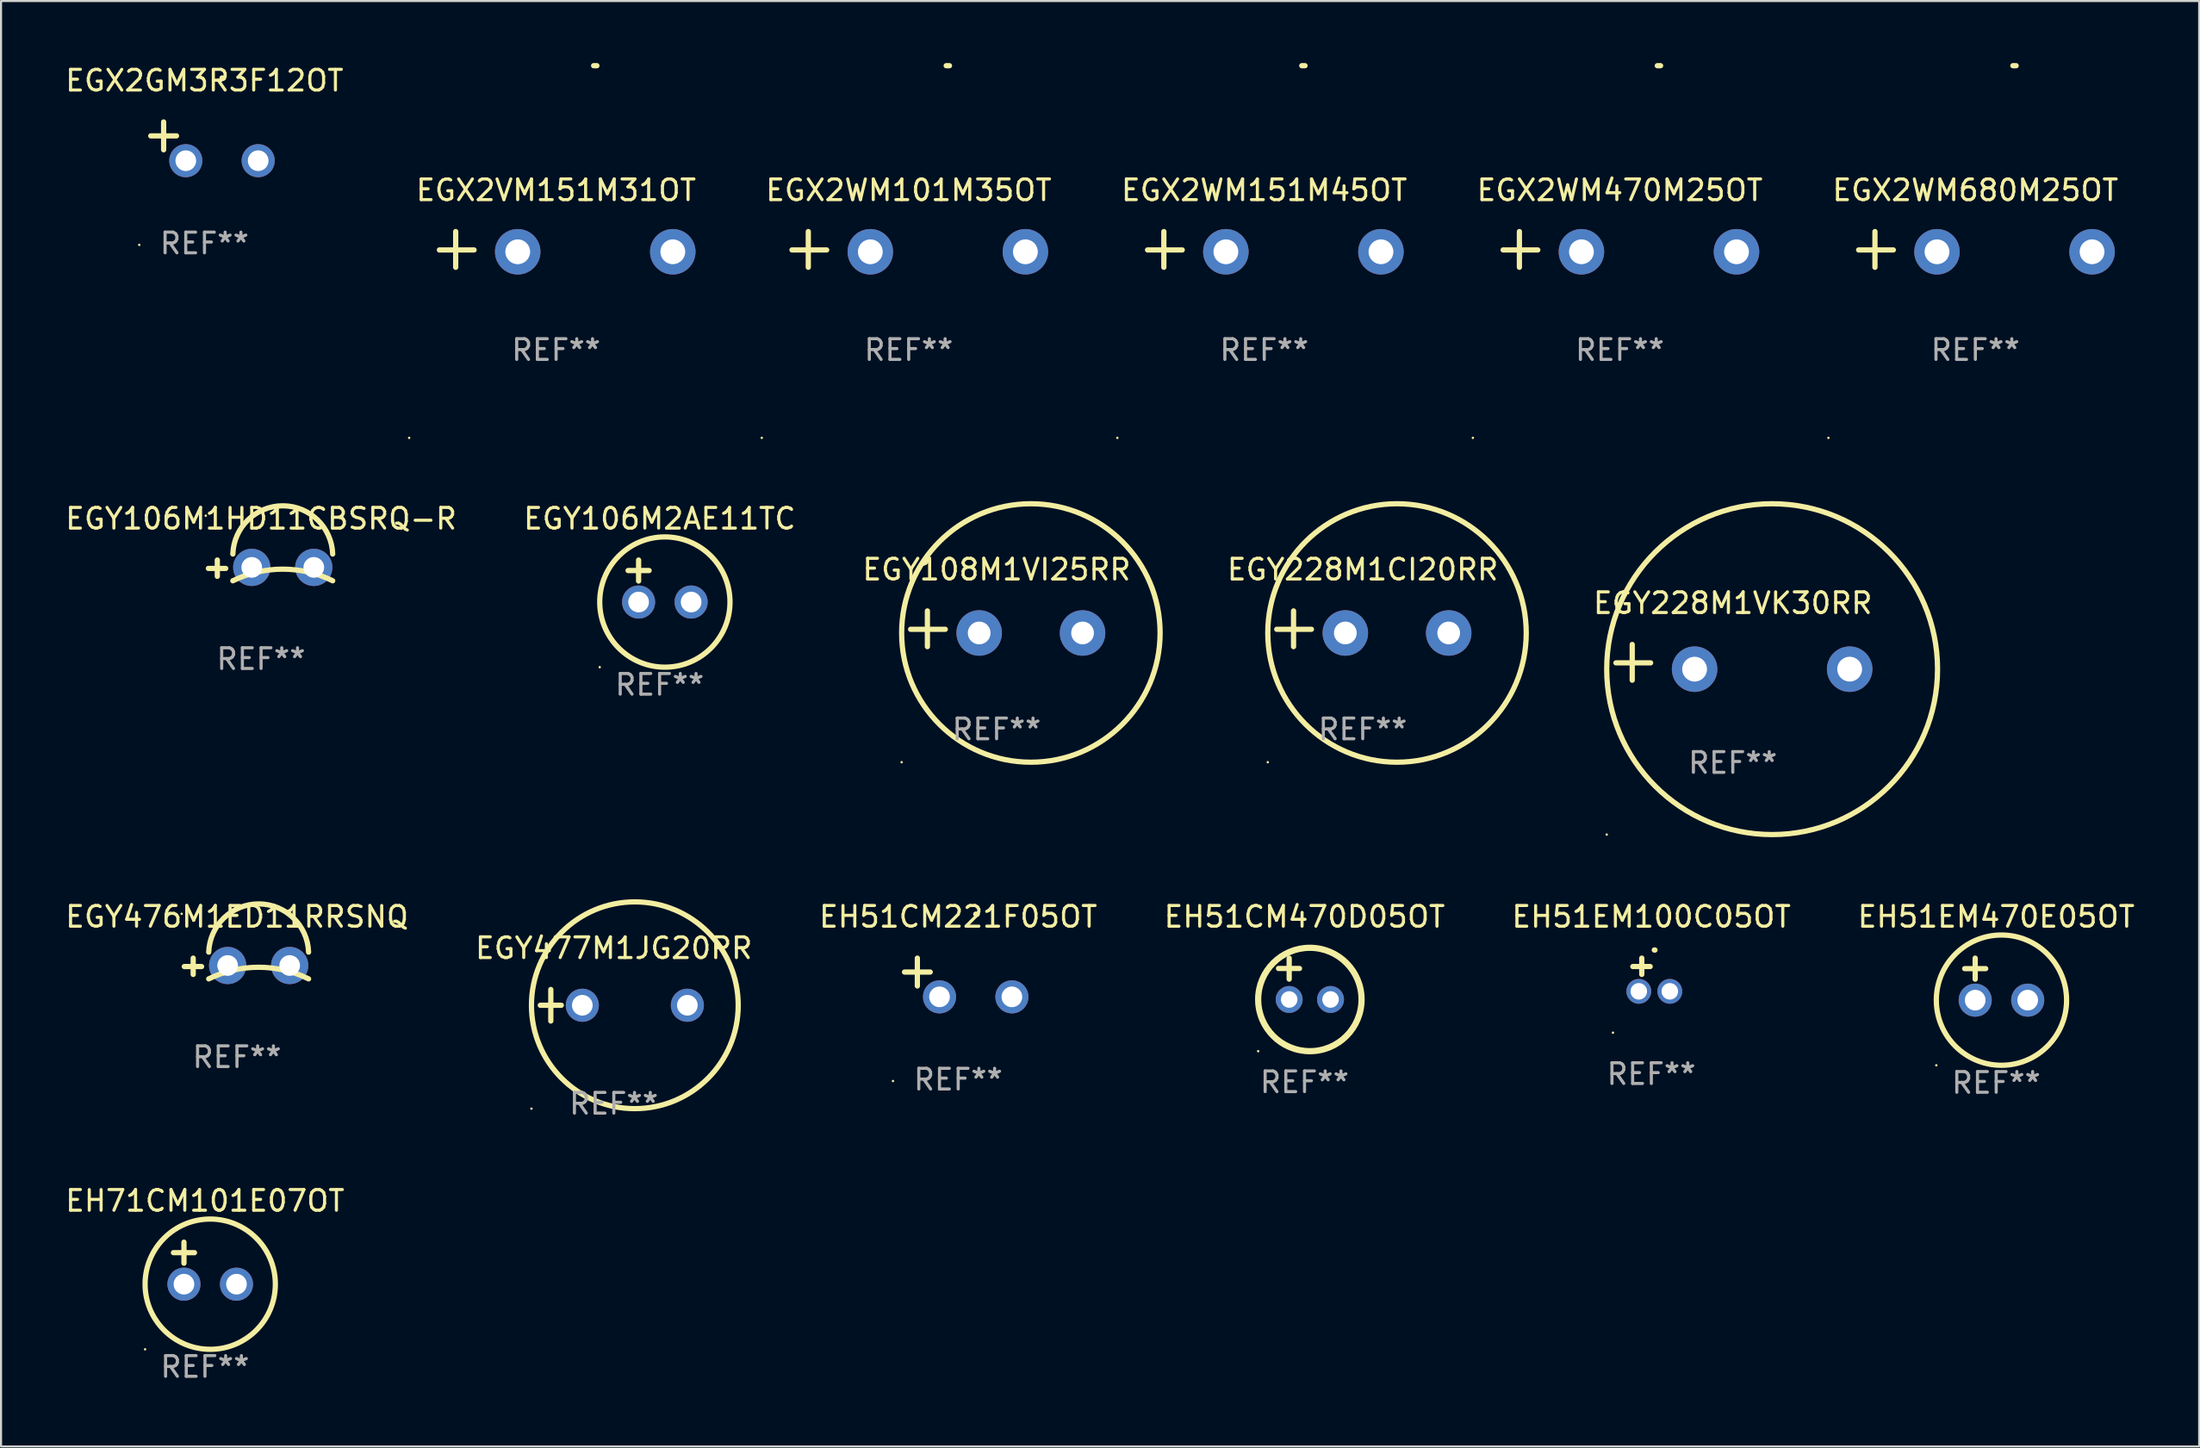
<source format=kicad_pcb>
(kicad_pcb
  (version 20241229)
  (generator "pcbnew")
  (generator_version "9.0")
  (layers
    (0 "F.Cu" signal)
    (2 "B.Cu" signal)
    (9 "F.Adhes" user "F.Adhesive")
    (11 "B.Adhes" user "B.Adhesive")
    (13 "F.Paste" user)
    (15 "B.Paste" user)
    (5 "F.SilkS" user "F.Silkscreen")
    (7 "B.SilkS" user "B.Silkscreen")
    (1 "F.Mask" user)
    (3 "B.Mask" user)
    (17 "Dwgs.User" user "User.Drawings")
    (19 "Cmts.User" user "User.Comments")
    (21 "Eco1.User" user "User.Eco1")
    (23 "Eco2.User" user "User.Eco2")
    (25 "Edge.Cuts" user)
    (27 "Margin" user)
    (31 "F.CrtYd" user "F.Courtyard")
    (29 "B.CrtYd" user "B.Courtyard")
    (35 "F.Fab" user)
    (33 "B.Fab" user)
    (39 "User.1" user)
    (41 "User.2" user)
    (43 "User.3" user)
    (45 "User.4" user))
  (footprint "EH51EM470E05OT"
    (layer "F.Cu")
    (at 93.494 44.305)
    (property "Reference" "EH51EM470E05OT" (at 0 -3.016 0) (layer "F.SilkS") (effects (font (size 1 1) (thickness 0.15))))
    (attr through_hole)
    (fp_line (start -1.524 -0.508) (end -0.508 -0.508) (stroke (width 0.254) (type solid)) (layer "F.SilkS"))
    (fp_line (start -1.016 -1.016) (end -1.016 0) (stroke (width 0.254) (type solid)) (layer "F.SilkS"))
    (fp_circle (center -2.896 4.166) (end -2.866 4.166) (stroke (width 0.06) (type solid)) (fill no) (layer "F.SilkS"))
    (fp_circle (center 0.254 1.016) (end 3.404 1.016) (stroke (width 0.254) (type solid)) (fill no) (layer "F.SilkS"))
    (fp_text user "REF**" (at 0 5.016 0) (layer "F.Fab") (effects (font (size 1 1) (thickness 0.15))))
    (pad "1" thru_hole circle (at -1.016 1.016) (size 1.6 1.6) (drill 1) (layers "*.Cu" "*.Mask"))
    (pad "2" thru_hole circle (at 1.524 1.016) (size 1.6 1.6) (drill 1) (layers "*.Cu" "*.Mask")))
  (footprint "EGX2GM3R3F12OT"
    (layer "F.Cu")
    (at 6.839 3.785)
    (property "Reference" "EGX2GM3R3F12OT" (at 0 -2.937 0) (layer "F.SilkS") (effects (font (size 1 1) (thickness 0.15))))
    (attr through_hole)
    (fp_line (start -1.975 0.41) (end -1.975 -0.937) (stroke (width 0.254) (type solid)) (layer "F.SilkS"))
    (fp_line (start -1.353 -0.263) (end -2.597 -0.263) (stroke (width 0.254) (type solid)) (layer "F.SilkS"))
    (fp_arc (start 0.849809 -3.063957) (mid 0.885369 -3.064114) (end 0.920929 -3.063957) (stroke (width 0.254001) (type solid)) (layer "F.SilkS"))
    (fp_circle (center -3.154 5.008) (end -3.124 5.008) (stroke (width 0.06) (type solid)) (fill no) (layer "F.SilkS"))
    (fp_text user "REF**" (at 0 4.937 0) (layer "F.Fab") (effects (font (size 1 1) (thickness 0.15))))
    (pad "1" thru_hole circle (at -0.903 0.937) (size 1.6 1.6) (drill 1) (layers "*.Cu" "*.Mask"))
    (pad "2" thru_hole circle (at 2.597 0.937) (size 1.6 1.6) (drill 1) (layers "*.Cu" "*.Mask")))
  (footprint "EGY476M1ED11RRSNQ"
    (layer "F.Cu")
    (at 8.411 43.683)
    (property "Reference" "EGY476M1ED11RRSNQ" (at 0 -2.394 0) (layer "F.SilkS") (effects (font (size 1 1) (thickness 0.15))))
    (attr through_hole)
    (fp_line (start -2.117 0.394) (end -2.117 -0.394) (stroke (width 0.254) (type solid)) (layer "F.SilkS"))
    (fp_line (start -1.711 0.013) (end -2.549 0.013) (stroke (width 0.254) (type solid)) (layer "F.SilkS"))
    (fp_arc (start -1.366193 0.608941) (mid 1.048615 0.047743) (end 3.463424 0.60894) (stroke (width 0.254001) (type solid)) (layer "F.SilkS"))
    (fp_arc (start -1.366192 -0.685141) (mid 1.048616 -3.016259) (end 3.463424 -0.685141) (stroke (width 0.254001) (type solid)) (layer "F.SilkS"))
    (fp_circle (center -2.676 -2.538) (end -2.646 -2.538) (stroke (width 0.06) (type solid)) (fill no) (layer "F.SilkS"))
    (fp_text user "REF**" (at 0 4.394 0) (layer "F.Fab") (effects (font (size 1 1) (thickness 0.15))))
    (pad "1" thru_hole circle (at -0.451 -0.038) (size 1.8 1.8) (drill 1) (layers "*.Cu" "*.Mask"))
    (pad "2" thru_hole circle (at 2.549 -0.038) (size 1.8 1.8) (drill 1) (layers "*.Cu" "*.Mask")))
  (footprint "EGY228M1VK30RR"
    (layer "F.Cu")
    (at 80.755 28.983)
    (property "Reference" "EGY228M1VK30RR" (at 0 -2.864 0) (layer "F.SilkS") (effects (font (size 1 1) (thickness 0.15))))
    (attr through_hole)
    (fp_line (start -4.864 0.864) (end -4.864 -0.864) (stroke (width 0.254) (type solid)) (layer "F.SilkS"))
    (fp_line (start -3.975 0.025) (end -5.652 0.025) (stroke (width 0.254) (type solid)) (layer "F.SilkS"))
    (fp_circle (center -6.098 8.33) (end -6.068 8.33) (stroke (width 0.06) (type solid)) (fill no) (layer "F.SilkS"))
    (fp_circle (center 1.902 0.33) (end 9.902 0.33) (stroke (width 0.254) (type solid)) (fill no) (layer "F.SilkS"))
    (fp_text user "REF**" (at 0 4.864 0) (layer "F.Fab") (effects (font (size 1 1) (thickness 0.15))))
    (pad "1" thru_hole circle (at -1.848 0.33) (size 2.2 2.2) (drill 1.2) (layers "*.Cu" "*.Mask"))
    (pad "2" thru_hole circle (at 5.652 0.33) (size 2.2 2.2) (drill 1.2) (layers "*.Cu" "*.Mask")))
  (footprint "EGY477M1JG20RR"
    (layer "F.Cu")
    (at 26.637 45.568)
    (property "Reference" "EGY477M1JG20RR" (at 0 -2.762 0) (layer "F.SilkS") (effects (font (size 1 1) (thickness 0.15))))
    (attr through_hole)
    (fp_line (start -3.556 0) (end -2.54 0) (stroke (width 0.254) (type solid)) (layer "F.SilkS"))
    (fp_line (start -3.048 -0.762) (end -3.048 0.762) (stroke (width 0.254) (type solid)) (layer "F.SilkS"))
    (fp_circle (center -3.984 5) (end -3.954 5) (stroke (width 0.06) (type solid)) (fill no) (layer "F.SilkS"))
    (fp_circle (center 1.016 0) (end 6.016 0) (stroke (width 0.254) (type solid)) (fill no) (layer "F.SilkS"))
    (fp_text user "REF**" (at 0 4.762 0) (layer "F.Fab") (effects (font (size 1 1) (thickness 0.15))))
    (pad "1" thru_hole circle (at -1.524 0) (size 1.6 1.6) (drill 1) (layers "*.Cu" "*.Mask"))
    (pad "2" thru_hole circle (at 3.556 0) (size 1.6 1.6) (drill 1) (layers "*.Cu" "*.Mask")))
  (footprint "EH71CM101E07OT"
    (layer "F.Cu")
    (at 6.863 58.042)
    (property "Reference" "EH71CM101E07OT" (at 0 -3.016 0) (layer "F.SilkS") (effects (font (size 1 1) (thickness 0.15))))
    (attr through_hole)
    (fp_line (start -1.524 -0.508) (end -0.508 -0.508) (stroke (width 0.254) (type solid)) (layer "F.SilkS"))
    (fp_line (start -1.016 -1.016) (end -1.016 0) (stroke (width 0.254) (type solid)) (layer "F.SilkS"))
    (fp_circle (center -2.896 4.166) (end -2.866 4.166) (stroke (width 0.06) (type solid)) (fill no) (layer "F.SilkS"))
    (fp_circle (center 0.254 1.016) (end 3.404 1.016) (stroke (width 0.254) (type solid)) (fill no) (layer "F.SilkS"))
    (fp_text user "REF**" (at 0 5.016 0) (layer "F.Fab") (effects (font (size 1 1) (thickness 0.15))))
    (pad "1" thru_hole circle (at -1.016 1.016) (size 1.6 1.6) (drill 1) (layers "*.Cu" "*.Mask"))
    (pad "2" thru_hole circle (at 1.524 1.016) (size 1.6 1.6) (drill 1) (layers "*.Cu" "*.Mask")))
  (footprint "EH51CM470D05OT"
    (layer "F.Cu")
    (at 60.042 44.289)
    (property "Reference" "EH51CM470D05OT" (at 0 -3 0) (layer "F.SilkS") (effects (font (size 1 1) (thickness 0.15))))
    (attr through_hole)
    (fp_line (start -1.258 -0.5) (end -0.242 -0.5) (stroke (width 0.254) (type solid)) (layer "F.SilkS"))
    (fp_line (start -0.742 -1) (end -0.742 0.016) (stroke (width 0.254) (type solid)) (layer "F.SilkS"))
    (fp_circle (center -2.242 3.5) (end -2.212 3.5) (stroke (width 0.06) (type solid)) (fill no) (layer "F.SilkS"))
    (fp_circle (center 0.258 1) (end 2.758 1) (stroke (width 0.3) (type solid)) (fill no) (layer "F.SilkS"))
    (fp_text user "REF**" (at 0 5 0) (layer "F.Fab") (effects (font (size 1 1) (thickness 0.15))))
    (pad "1" thru_hole circle (at -0.742 1) (size 1.3 1.3) (drill 0.8) (layers "*.Cu" "*.Mask"))
    (pad "2" thru_hole circle (at 1.258 1) (size 1.3 1.3) (drill 0.8) (layers "*.Cu" "*.Mask")))
  (footprint "EGY106M1HD11CBSRQ-R"
    (layer "F.Cu")
    (at 9.577 24.429)
    (property "Reference" "EGY106M1HD11CBSRQ-R" (at 0 -2.394 0) (layer "F.SilkS") (effects (font (size 1 1) (thickness 0.15))))
    (attr through_hole)
    (fp_line (start -2.117 0.394) (end -2.117 -0.394) (stroke (width 0.254) (type solid)) (layer "F.SilkS"))
    (fp_line (start -1.711 0.013) (end -2.549 0.013) (stroke (width 0.254) (type solid)) (layer "F.SilkS"))
    (fp_arc (start -1.366193 0.608941) (mid 1.048615 0.047743) (end 3.463424 0.60894) (stroke (width 0.254001) (type solid)) (layer "F.SilkS"))
    (fp_arc (start -1.366192 -0.685141) (mid 1.048616 -3.016259) (end 3.463424 -0.685141) (stroke (width 0.254001) (type solid)) (layer "F.SilkS"))
    (fp_circle (center -2.676 -2.538) (end -2.646 -2.538) (stroke (width 0.06) (type solid)) (fill no) (layer "F.SilkS"))
    (fp_text user "REF**" (at 0 4.394 0) (layer "F.Fab") (effects (font (size 1 1) (thickness 0.15))))
    (pad "1" thru_hole circle (at -0.451 -0.038) (size 1.8 1.8) (drill 1) (layers "*.Cu" "*.Mask"))
    (pad "2" thru_hole circle (at 2.549 -0.038) (size 1.8 1.8) (drill 1) (layers "*.Cu" "*.Mask")))
  (footprint "EGY228M1CI20RR"
    (layer "F.Cu")
    (at 62.857 27.36)
    (property "Reference" "EGY228M1CI20RR" (at 0 -2.864 0) (layer "F.SilkS") (effects (font (size 1 1) (thickness 0.15))))
    (attr through_hole)
    (fp_line (start -3.346 0.864) (end -3.346 -0.864) (stroke (width 0.254) (type solid)) (layer "F.SilkS"))
    (fp_line (start -2.482 0.025) (end -4.158 0.025) (stroke (width 0.254) (type solid)) (layer "F.SilkS"))
    (fp_circle (center -4.592 6.453) (end -4.562 6.453) (stroke (width 0.06) (type solid)) (fill no) (layer "F.SilkS"))
    (fp_circle (center 1.658 0.203) (end 7.908 0.203) (stroke (width 0.254) (type solid)) (fill no) (layer "F.SilkS"))
    (fp_text user "REF**" (at 0 4.864 0) (layer "F.Fab") (effects (font (size 1 1) (thickness 0.15))))
    (pad "1" thru_hole circle (at -0.842 0.203) (size 2.2 2.2) (drill 1.1) (layers "*.Cu" "*.Mask"))
    (pad "2" thru_hole circle (at 4.158 0.203) (size 2.2 2.2) (drill 1.1) (layers "*.Cu" "*.Mask")))
  (footprint "EGX2WM470M25OT"
    (layer "F.Cu")
    (at 75.29 9.013)
    (property "Reference" "EGX2WM470M25OT" (at 0 -2.864 0) (layer "F.SilkS") (effects (font (size 1 1) (thickness 0.15))))
    (attr through_hole)
    (fp_line (start -4.856 0.864) (end -4.856 -0.864) (stroke (width 0.254) (type solid)) (layer "F.SilkS"))
    (fp_line (start -3.967 0.025) (end -5.644 0.025) (stroke (width 0.254) (type solid)) (layer "F.SilkS"))
    (fp_arc (start 1.815024 -8.885649) (mid 1.893764 -8.88599) (end 1.972504 -8.885649) (stroke (width 0.254001) (type solid)) (layer "F.SilkS"))
    (fp_circle (center -7.106 9.114) (end -7.076 9.114) (stroke (width 0.06) (type solid)) (fill no) (layer "F.SilkS"))
    (fp_text user "REF**" (at 0 4.864 0) (layer "F.Fab") (effects (font (size 1 1) (thickness 0.15))))
    (pad "1" thru_hole circle (at -1.856 0.114) (size 2.2 2.2) (drill 1.2) (layers "*.Cu" "*.Mask"))
    (pad "2" thru_hole circle (at 5.644 0.114) (size 2.2 2.2) (drill 1.2) (layers "*.Cu" "*.Mask")))
  (footprint "EGX2VM151M31OT"
    (layer "F.Cu")
    (at 23.845 9.013)
    (property "Reference" "EGX2VM151M31OT" (at 0 -2.864 0) (layer "F.SilkS") (effects (font (size 1 1) (thickness 0.15))))
    (attr through_hole)
    (fp_line (start -4.856 0.864) (end -4.856 -0.864) (stroke (width 0.254) (type solid)) (layer "F.SilkS"))
    (fp_line (start -3.967 0.025) (end -5.644 0.025) (stroke (width 0.254) (type solid)) (layer "F.SilkS"))
    (fp_arc (start 1.815024 -8.885649) (mid 1.893764 -8.88599) (end 1.972504 -8.885649) (stroke (width 0.254001) (type solid)) (layer "F.SilkS"))
    (fp_circle (center -7.106 9.114) (end -7.076 9.114) (stroke (width 0.06) (type solid)) (fill no) (layer "F.SilkS"))
    (fp_text user "REF**" (at 0 4.864 0) (layer "F.Fab") (effects (font (size 1 1) (thickness 0.15))))
    (pad "1" thru_hole circle (at -1.856 0.114) (size 2.2 2.2) (drill 1.2) (layers "*.Cu" "*.Mask"))
    (pad "2" thru_hole circle (at 5.644 0.114) (size 2.2 2.2) (drill 1.2) (layers "*.Cu" "*.Mask")))
  (footprint "EGX2WM101M35OT"
    (layer "F.Cu")
    (at 40.898 9.013)
    (property "Reference" "EGX2WM101M35OT" (at 0 -2.864 0) (layer "F.SilkS") (effects (font (size 1 1) (thickness 0.15))))
    (attr through_hole)
    (fp_line (start -4.856 0.864) (end -4.856 -0.864) (stroke (width 0.254) (type solid)) (layer "F.SilkS"))
    (fp_line (start -3.967 0.025) (end -5.644 0.025) (stroke (width 0.254) (type solid)) (layer "F.SilkS"))
    (fp_arc (start 1.815024 -8.885649) (mid 1.893764 -8.88599) (end 1.972504 -8.885649) (stroke (width 0.254001) (type solid)) (layer "F.SilkS"))
    (fp_circle (center -7.106 9.114) (end -7.076 9.114) (stroke (width 0.06) (type solid)) (fill no) (layer "F.SilkS"))
    (fp_text user "REF**" (at 0 4.864 0) (layer "F.Fab") (effects (font (size 1 1) (thickness 0.15))))
    (pad "1" thru_hole circle (at -1.856 0.114) (size 2.2 2.2) (drill 1.2) (layers "*.Cu" "*.Mask"))
    (pad "2" thru_hole circle (at 5.644 0.114) (size 2.2 2.2) (drill 1.2) (layers "*.Cu" "*.Mask")))
  (footprint "EGX2WM680M25OT"
    (layer "F.Cu")
    (at 92.486 9.013)
    (property "Reference" "EGX2WM680M25OT" (at 0 -2.864 0) (layer "F.SilkS") (effects (font (size 1 1) (thickness 0.15))))
    (attr through_hole)
    (fp_line (start -4.856 0.864) (end -4.856 -0.864) (stroke (width 0.254) (type solid)) (layer "F.SilkS"))
    (fp_line (start -3.967 0.025) (end -5.644 0.025) (stroke (width 0.254) (type solid)) (layer "F.SilkS"))
    (fp_arc (start 1.815024 -8.885649) (mid 1.893764 -8.88599) (end 1.972504 -8.885649) (stroke (width 0.254001) (type solid)) (layer "F.SilkS"))
    (fp_circle (center -7.106 9.114) (end -7.076 9.114) (stroke (width 0.06) (type solid)) (fill no) (layer "F.SilkS"))
    (fp_text user "REF**" (at 0 4.864 0) (layer "F.Fab") (effects (font (size 1 1) (thickness 0.15))))
    (pad "1" thru_hole circle (at -1.856 0.114) (size 2.2 2.2) (drill 1.2) (layers "*.Cu" "*.Mask"))
    (pad "2" thru_hole circle (at 5.644 0.114) (size 2.2 2.2) (drill 1.2) (layers "*.Cu" "*.Mask")))
  (footprint "EGY106M2AE11TC"
    (layer "F.Cu")
    (at 28.851 25.051)
    (property "Reference" "EGY106M2AE11TC" (at 0 -3.016 0) (layer "F.SilkS") (effects (font (size 1 1) (thickness 0.15))))
    (attr through_hole)
    (fp_line (start -1.524 -0.508) (end -0.508 -0.508) (stroke (width 0.254) (type solid)) (layer "F.SilkS"))
    (fp_line (start -1.016 -1.016) (end -1.016 0) (stroke (width 0.254) (type solid)) (layer "F.SilkS"))
    (fp_circle (center -2.896 4.166) (end -2.866 4.166) (stroke (width 0.06) (type solid)) (fill no) (layer "F.SilkS"))
    (fp_circle (center 0.254 1.016) (end 3.404 1.016) (stroke (width 0.254) (type solid)) (fill no) (layer "F.SilkS"))
    (fp_text user "REF**" (at 0 5.016 0) (layer "F.Fab") (effects (font (size 1 1) (thickness 0.15))))
    (pad "1" thru_hole circle (at -1.016 1.016) (size 1.6 1.6) (drill 1) (layers "*.Cu" "*.Mask"))
    (pad "2" thru_hole circle (at 1.524 1.016) (size 1.6 1.6) (drill 1) (layers "*.Cu" "*.Mask")))
  (footprint "EH51EM100C05OT"
    (layer "F.Cu")
    (at 76.815 44.092)
    (property "Reference" "EH51EM100C05OT" (at 0 -2.803 0) (layer "F.SilkS") (effects (font (size 1 1) (thickness 0.15))))
    (attr through_hole)
    (fp_line (start -0.462 -0.016) (end -0.462 -0.803) (stroke (width 0.254) (type solid)) (layer "F.SilkS"))
    (fp_line (start -0.056 -0.397) (end -0.894 -0.397) (stroke (width 0.254) (type solid)) (layer "F.SilkS"))
    (fp_arc (start 0.142799 -1.195784) (mid 0.159309 -1.195852) (end 0.175819 -1.195784) (stroke (width 0.254001) (type solid)) (layer "F.SilkS"))
    (fp_circle (center -1.856 2.803) (end -1.826 2.803) (stroke (width 0.06) (type solid)) (fill no) (layer "F.SilkS"))
    (fp_text user "REF**" (at 0 4.803 0) (layer "F.Fab") (effects (font (size 1 1) (thickness 0.15))))
    (pad "1" thru_hole circle (at -0.606 0.803) (size 1.2 1.2) (drill 0.8) (layers "*.Cu" "*.Mask"))
    (pad "2" thru_hole circle (at 0.894 0.803) (size 1.2 1.2) (drill 0.8) (layers "*.Cu" "*.Mask")))
  (footprint "EGY108M1VI25RR"
    (layer "F.Cu")
    (at 45.149 27.36)
    (property "Reference" "EGY108M1VI25RR" (at 0 -2.864 0) (layer "F.SilkS") (effects (font (size 1 1) (thickness 0.15))))
    (attr through_hole)
    (fp_line (start -3.346 0.864) (end -3.346 -0.864) (stroke (width 0.254) (type solid)) (layer "F.SilkS"))
    (fp_line (start -2.482 0.025) (end -4.158 0.025) (stroke (width 0.254) (type solid)) (layer "F.SilkS"))
    (fp_circle (center -4.592 6.453) (end -4.562 6.453) (stroke (width 0.06) (type solid)) (fill no) (layer "F.SilkS"))
    (fp_circle (center 1.658 0.203) (end 7.908 0.203) (stroke (width 0.254) (type solid)) (fill no) (layer "F.SilkS"))
    (fp_text user "REF**" (at 0 4.864 0) (layer "F.Fab") (effects (font (size 1 1) (thickness 0.15))))
    (pad "1" thru_hole circle (at -0.842 0.203) (size 2.2 2.2) (drill 1.1) (layers "*.Cu" "*.Mask"))
    (pad "2" thru_hole circle (at 4.158 0.203) (size 2.2 2.2) (drill 1.1) (layers "*.Cu" "*.Mask")))
  (footprint "EH51CM221F05OT"
    (layer "F.Cu")
    (at 43.292 44.225)
    (property "Reference" "EH51CM221F05OT" (at 0 -2.937 0) (layer "F.SilkS") (effects (font (size 1 1) (thickness 0.15))))
    (attr through_hole)
    (fp_line (start -1.975 0.41) (end -1.975 -0.937) (stroke (width 0.254) (type solid)) (layer "F.SilkS"))
    (fp_line (start -1.353 -0.263) (end -2.597 -0.263) (stroke (width 0.254) (type solid)) (layer "F.SilkS"))
    (fp_arc (start 0.849809 -3.063957) (mid 0.885369 -3.064114) (end 0.920929 -3.063957) (stroke (width 0.254001) (type solid)) (layer "F.SilkS"))
    (fp_circle (center -3.154 5.008) (end -3.124 5.008) (stroke (width 0.06) (type solid)) (fill no) (layer "F.SilkS"))
    (fp_text user "REF**" (at 0 4.937 0) (layer "F.Fab") (effects (font (size 1 1) (thickness 0.15))))
    (pad "1" thru_hole circle (at -0.903 0.937) (size 1.6 1.6) (drill 1) (layers "*.Cu" "*.Mask"))
    (pad "2" thru_hole circle (at 2.597 0.937) (size 1.6 1.6) (drill 1) (layers "*.Cu" "*.Mask")))
  (footprint "EGX2WM151M45OT"
    (layer "F.Cu")
    (at 58.094 9.013)
    (property "Reference" "EGX2WM151M45OT" (at 0 -2.864 0) (layer "F.SilkS") (effects (font (size 1 1) (thickness 0.15))))
    (attr through_hole)
    (fp_line (start -4.856 0.864) (end -4.856 -0.864) (stroke (width 0.254) (type solid)) (layer "F.SilkS"))
    (fp_line (start -3.967 0.025) (end -5.644 0.025) (stroke (width 0.254) (type solid)) (layer "F.SilkS"))
    (fp_arc (start 1.815024 -8.885649) (mid 1.893764 -8.88599) (end 1.972504 -8.885649) (stroke (width 0.254001) (type solid)) (layer "F.SilkS"))
    (fp_circle (center -7.106 9.114) (end -7.076 9.114) (stroke (width 0.06) (type solid)) (fill no) (layer "F.SilkS"))
    (fp_text user "REF**" (at 0 4.864 0) (layer "F.Fab") (effects (font (size 1 1) (thickness 0.15))))
    (pad "1" thru_hole circle (at -1.856 0.114) (size 2.2 2.2) (drill 1.2) (layers "*.Cu" "*.Mask"))
    (pad "2" thru_hole circle (at 5.644 0.114) (size 2.2 2.2) (drill 1.2) (layers "*.Cu" "*.Mask")))
  (gr_rect
    (start -3 -3)
    (end 103.31 66.906)
    (stroke (width 0.1) (type default))
    (fill no)
    (layer "Edge.Cuts")))
</source>
